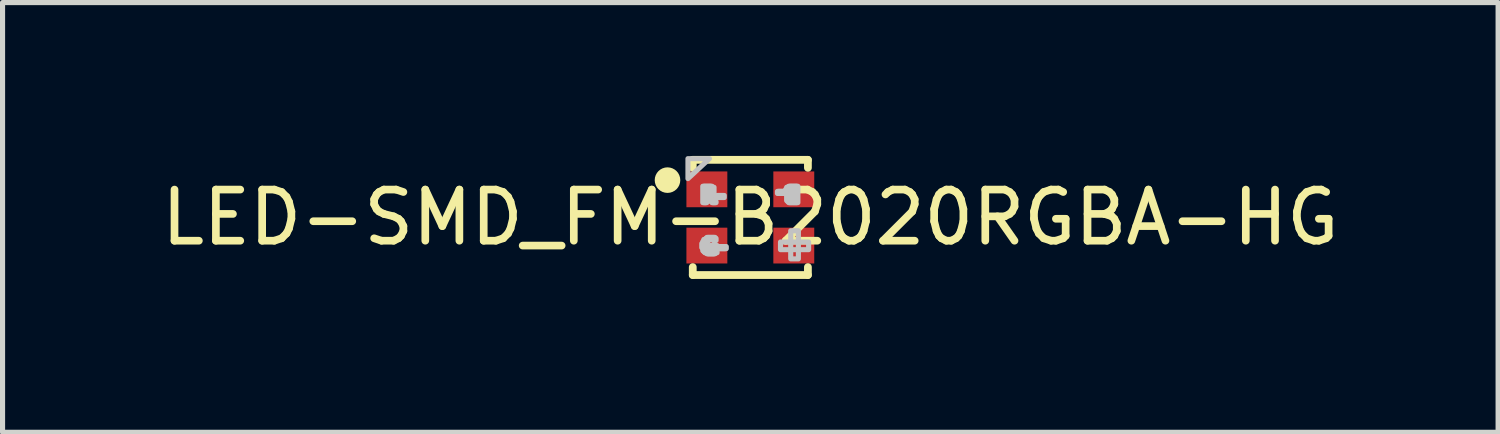
<source format=kicad_pcb>
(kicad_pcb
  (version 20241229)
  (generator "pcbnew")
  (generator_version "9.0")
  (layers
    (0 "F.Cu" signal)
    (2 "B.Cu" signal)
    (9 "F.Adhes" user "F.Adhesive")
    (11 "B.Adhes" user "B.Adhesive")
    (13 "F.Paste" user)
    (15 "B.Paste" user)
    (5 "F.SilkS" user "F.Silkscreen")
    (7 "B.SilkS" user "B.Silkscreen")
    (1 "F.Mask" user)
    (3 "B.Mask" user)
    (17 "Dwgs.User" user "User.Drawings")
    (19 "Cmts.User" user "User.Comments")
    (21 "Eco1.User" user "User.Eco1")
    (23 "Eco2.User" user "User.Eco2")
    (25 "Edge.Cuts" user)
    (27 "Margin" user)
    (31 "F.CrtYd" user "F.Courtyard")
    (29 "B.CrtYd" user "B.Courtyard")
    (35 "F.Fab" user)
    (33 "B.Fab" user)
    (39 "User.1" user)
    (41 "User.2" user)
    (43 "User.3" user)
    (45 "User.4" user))
  (footprint "LED-SMD_FM-B2020RGBA-HG"
    (layer "F.Cu")
    (at 11.625 1.203)
    (property "Reference" "LED-SMD_FM-B2020RGBA-HG" (at 0 0 0) (layer "F.SilkS") (effects (font (size 1 1) (thickness 0.15))))
    (fp_line (start -1.126 -1.127) (end 1.126 -1.127) (stroke (width 0.152) (type default)) (layer "F.SilkS"))
    (fp_line (start -1.126 -0.971) (end -1.126 -1.127) (stroke (width 0.152) (type default)) (layer "F.SilkS"))
    (fp_line (start -1.126 0.971) (end -1.126 1.126) (stroke (width 0.152) (type default)) (layer "F.SilkS"))
    (fp_line (start -1.126 1.126) (end 1.126 1.126) (stroke (width 0.152) (type default)) (layer "F.SilkS"))
    (fp_line (start 1.126 -1.127) (end 1.126 -0.971) (stroke (width 0.152) (type default)) (layer "F.SilkS"))
    (fp_line (start 1.126 1.126) (end 1.126 0.971) (stroke (width 0.152) (type default)) (layer "F.SilkS"))
    (fp_circle (center -1.62 -0.73) (end -1.495 -0.73) (stroke (width 0.25) (type default)) (fill no) (layer "F.SilkS"))
    (fp_poly (pts (xy -0.8 -1.15) (xy -1.22 -1.15) (xy -1.22 -0.76)) (stroke (width 0.1) (type default)) (fill no) (layer "Dwgs.User"))
    (fp_poly (pts (xy -0.95 0.51) (xy -0.93 0.51) (xy -0.93 0.59) (xy -0.95 0.59)) (stroke (width 0.1) (type default)) (fill no) (layer "Dwgs.User"))
    (fp_poly (pts (xy -0.93 -0.61) (xy -0.91 -0.61) (xy -0.91 -0.29) (xy -0.93 -0.29)) (stroke (width 0.1) (type default)) (fill no) (layer "Dwgs.User"))
    (fp_poly (pts (xy -0.93 0.47) (xy -0.91 0.47) (xy -0.91 0.65) (xy -0.93 0.65)) (stroke (width 0.1) (type default)) (fill no) (layer "Dwgs.User"))
    (fp_poly (pts (xy -0.91 -0.61) (xy -0.89 -0.61) (xy -0.89 -0.29) (xy -0.91 -0.29)) (stroke (width 0.1) (type default)) (fill no) (layer "Dwgs.User"))
    (fp_poly (pts (xy -0.91 0.43) (xy -0.89 0.43) (xy -0.89 0.67) (xy -0.91 0.67)) (stroke (width 0.1) (type default)) (fill no) (layer "Dwgs.User"))
    (fp_poly (pts (xy -0.89 -0.61) (xy -0.87 -0.61) (xy -0.87 -0.29) (xy -0.89 -0.29)) (stroke (width 0.1) (type default)) (fill no) (layer "Dwgs.User"))
    (fp_poly (pts (xy -0.89 0.43) (xy -0.87 0.43) (xy -0.87 0.69) (xy -0.89 0.69)) (stroke (width 0.1) (type default)) (fill no) (layer "Dwgs.User"))
    (fp_poly (pts (xy -0.87 -0.61) (xy -0.85 -0.61) (xy -0.85 -0.29) (xy -0.87 -0.29)) (stroke (width 0.1) (type default)) (fill no) (layer "Dwgs.User"))
    (fp_poly (pts (xy -0.87 0.41) (xy -0.85 0.41) (xy -0.85 0.49) (xy -0.87 0.49)) (stroke (width 0.1) (type default)) (fill no) (layer "Dwgs.User"))
    (fp_poly (pts (xy -0.87 0.61) (xy -0.85 0.61) (xy -0.85 0.69) (xy -0.87 0.69)) (stroke (width 0.1) (type default)) (fill no) (layer "Dwgs.User"))
    (fp_poly (pts (xy -0.85 -0.61) (xy -0.83 -0.61) (xy -0.83 -0.57) (xy -0.85 -0.57)) (stroke (width 0.1) (type default)) (fill no) (layer "Dwgs.User"))
    (fp_poly (pts (xy -0.85 -0.47) (xy -0.83 -0.47) (xy -0.83 -0.43) (xy -0.85 -0.43)) (stroke (width 0.1) (type default)) (fill no) (layer "Dwgs.User"))
    (fp_poly (pts (xy -0.85 0.39) (xy -0.83 0.39) (xy -0.83 0.47) (xy -0.85 0.47)) (stroke (width 0.1) (type default)) (fill no) (layer "Dwgs.User"))
    (fp_poly (pts (xy -0.85 0.65) (xy -0.83 0.65) (xy -0.83 0.71) (xy -0.85 0.71)) (stroke (width 0.1) (type default)) (fill no) (layer "Dwgs.User"))
    (fp_poly (pts (xy -0.83 -0.61) (xy -0.81 -0.61) (xy -0.81 -0.57) (xy -0.83 -0.57)) (stroke (width 0.1) (type default)) (fill no) (layer "Dwgs.User"))
    (fp_poly (pts (xy -0.83 -0.47) (xy -0.81 -0.47) (xy -0.81 -0.41) (xy -0.83 -0.41)) (stroke (width 0.1) (type default)) (fill no) (layer "Dwgs.User"))
    (fp_poly (pts (xy -0.83 0.39) (xy -0.81 0.39) (xy -0.81 0.45) (xy -0.83 0.45)) (stroke (width 0.1) (type default)) (fill no) (layer "Dwgs.User"))
    (fp_poly (pts (xy -0.83 0.65) (xy -0.81 0.65) (xy -0.81 0.71) (xy -0.83 0.71)) (stroke (width 0.1) (type default)) (fill no) (layer "Dwgs.User"))
    (fp_poly (pts (xy -0.81 -0.61) (xy -0.79 -0.61) (xy -0.79 -0.57) (xy -0.81 -0.57)) (stroke (width 0.1) (type default)) (fill no) (layer "Dwgs.User"))
    (fp_poly (pts (xy -0.81 -0.47) (xy -0.79 -0.47) (xy -0.79 -0.39) (xy -0.81 -0.39)) (stroke (width 0.1) (type default)) (fill no) (layer "Dwgs.User"))
    (fp_poly (pts (xy -0.81 0.39) (xy -0.79 0.39) (xy -0.79 0.43) (xy -0.81 0.43)) (stroke (width 0.1) (type default)) (fill no) (layer "Dwgs.User"))
    (fp_poly (pts (xy -0.81 0.67) (xy -0.79 0.67) (xy -0.79 0.71) (xy -0.81 0.71)) (stroke (width 0.1) (type default)) (fill no) (layer "Dwgs.User"))
    (fp_poly (pts (xy -0.79 -0.61) (xy -0.77 -0.61) (xy -0.77 -0.55) (xy -0.79 -0.55)) (stroke (width 0.1) (type default)) (fill no) (layer "Dwgs.User"))
    (fp_poly (pts (xy -0.79 -0.49) (xy -0.77 -0.49) (xy -0.77 -0.35) (xy -0.79 -0.35)) (stroke (width 0.1) (type default)) (fill no) (layer "Dwgs.User"))
    (fp_poly (pts (xy -0.79 0.39) (xy -0.77 0.39) (xy -0.77 0.43) (xy -0.79 0.43)) (stroke (width 0.1) (type default)) (fill no) (layer "Dwgs.User"))
    (fp_poly (pts (xy -0.79 0.55) (xy -0.77 0.55) (xy -0.77 0.59) (xy -0.79 0.59)) (stroke (width 0.1) (type default)) (fill no) (layer "Dwgs.User"))
    (fp_poly (pts (xy -0.79 0.67) (xy -0.77 0.67) (xy -0.77 0.71) (xy -0.79 0.71)) (stroke (width 0.1) (type default)) (fill no) (layer "Dwgs.User"))
    (fp_poly (pts (xy -0.77 -0.61) (xy -0.75 -0.61) (xy -0.75 -0.45) (xy -0.77 -0.45)) (stroke (width 0.1) (type default)) (fill no) (layer "Dwgs.User"))
    (fp_poly (pts (xy -0.77 -0.43) (xy -0.75 -0.43) (xy -0.75 -0.31) (xy -0.77 -0.31)) (stroke (width 0.1) (type default)) (fill no) (layer "Dwgs.User"))
    (fp_poly (pts (xy -0.77 0.39) (xy -0.75 0.39) (xy -0.75 0.43) (xy -0.77 0.43)) (stroke (width 0.1) (type default)) (fill no) (layer "Dwgs.User"))
    (fp_poly (pts (xy -0.77 0.55) (xy -0.75 0.55) (xy -0.75 0.59) (xy -0.77 0.59)) (stroke (width 0.1) (type default)) (fill no) (layer "Dwgs.User"))
    (fp_poly (pts (xy -0.77 0.67) (xy -0.75 0.67) (xy -0.75 0.71) (xy -0.77 0.71)) (stroke (width 0.1) (type default)) (fill no) (layer "Dwgs.User"))
    (fp_poly (pts (xy -0.75 -0.59) (xy -0.73 -0.59) (xy -0.73 -0.45) (xy -0.75 -0.45)) (stroke (width 0.1) (type default)) (fill no) (layer "Dwgs.User"))
    (fp_poly (pts (xy -0.75 -0.41) (xy -0.73 -0.41) (xy -0.73 -0.29) (xy -0.75 -0.29)) (stroke (width 0.1) (type default)) (fill no) (layer "Dwgs.User"))
    (fp_poly (pts (xy -0.75 0.39) (xy -0.73 0.39) (xy -0.73 0.43) (xy -0.75 0.43)) (stroke (width 0.1) (type default)) (fill no) (layer "Dwgs.User"))
    (fp_poly (pts (xy -0.75 0.55) (xy -0.73 0.55) (xy -0.73 0.59) (xy -0.75 0.59)) (stroke (width 0.1) (type default)) (fill no) (layer "Dwgs.User"))
    (fp_poly (pts (xy -0.75 0.67) (xy -0.73 0.67) (xy -0.73 0.71) (xy -0.75 0.71)) (stroke (width 0.1) (type default)) (fill no) (layer "Dwgs.User"))
    (fp_poly (pts (xy -0.73 -0.59) (xy -0.71 -0.59) (xy -0.71 -0.47) (xy -0.73 -0.47)) (stroke (width 0.1) (type default)) (fill no) (layer "Dwgs.User"))
    (fp_poly (pts (xy -0.73 -0.39) (xy -0.71 -0.39) (xy -0.71 -0.29) (xy -0.73 -0.29)) (stroke (width 0.1) (type default)) (fill no) (layer "Dwgs.User"))
    (fp_poly (pts (xy -0.73 0.39) (xy -0.71 0.39) (xy -0.71 0.45) (xy -0.73 0.45)) (stroke (width 0.1) (type default)) (fill no) (layer "Dwgs.User"))
    (fp_poly (pts (xy -0.73 0.55) (xy -0.71 0.55) (xy -0.71 0.71) (xy -0.73 0.71)) (stroke (width 0.1) (type default)) (fill no) (layer "Dwgs.User"))
    (fp_poly (pts (xy -0.71 -0.35) (xy -0.69 -0.35) (xy -0.69 -0.29) (xy -0.71 -0.29)) (stroke (width 0.1) (type default)) (fill no) (layer "Dwgs.User"))
    (fp_poly (pts (xy -0.71 0.39) (xy -0.69 0.39) (xy -0.69 0.45) (xy -0.71 0.45)) (stroke (width 0.1) (type default)) (fill no) (layer "Dwgs.User"))
    (fp_poly (pts (xy -0.71 0.55) (xy -0.69 0.55) (xy -0.69 0.71) (xy -0.71 0.71)) (stroke (width 0.1) (type default)) (fill no) (layer "Dwgs.User"))
    (fp_poly (pts (xy -0.69 -0.31) (xy -0.67 -0.31) (xy -0.67 -0.29) (xy -0.69 -0.29)) (stroke (width 0.1) (type default)) (fill no) (layer "Dwgs.User"))
    (fp_poly (pts (xy -0.69 0.41) (xy -0.67 0.41) (xy -0.67 0.45) (xy -0.69 0.45)) (stroke (width 0.1) (type default)) (fill no) (layer "Dwgs.User"))
    (fp_poly (pts (xy -0.69 0.55) (xy -0.67 0.55) (xy -0.67 0.69) (xy -0.69 0.69)) (stroke (width 0.1) (type default)) (fill no) (layer "Dwgs.User"))
    (fp_poly (pts (xy -0.67 0.55) (xy -0.65 0.55) (xy -0.65 0.69) (xy -0.67 0.69)) (stroke (width 0.1) (type default)) (fill no) (layer "Dwgs.User"))
    (fp_poly (pts (xy -0.65 -0.43) (xy -0.63 -0.43) (xy -0.63 -0.39) (xy -0.65 -0.39)) (stroke (width 0.1) (type default)) (fill no) (layer "Dwgs.User"))
    (fp_poly (pts (xy -0.63 -0.43) (xy -0.61 -0.43) (xy -0.61 -0.39) (xy -0.63 -0.39)) (stroke (width 0.1) (type default)) (fill no) (layer "Dwgs.User"))
    (fp_poly (pts (xy -0.61 -0.43) (xy -0.59 -0.43) (xy -0.59 -0.39) (xy -0.61 -0.39)) (stroke (width 0.1) (type default)) (fill no) (layer "Dwgs.User"))
    (fp_poly (pts (xy -0.61 0.57) (xy -0.59 0.57) (xy -0.59 0.61) (xy -0.61 0.61)) (stroke (width 0.1) (type default)) (fill no) (layer "Dwgs.User"))
    (fp_poly (pts (xy -0.59 -0.43) (xy -0.57 -0.43) (xy -0.57 -0.39) (xy -0.59 -0.39)) (stroke (width 0.1) (type default)) (fill no) (layer "Dwgs.User"))
    (fp_poly (pts (xy -0.59 0.57) (xy -0.57 0.57) (xy -0.57 0.61) (xy -0.59 0.61)) (stroke (width 0.1) (type default)) (fill no) (layer "Dwgs.User"))
    (fp_poly (pts (xy -0.57 -0.43) (xy -0.55 -0.43) (xy -0.55 -0.39) (xy -0.57 -0.39)) (stroke (width 0.1) (type default)) (fill no) (layer "Dwgs.User"))
    (fp_poly (pts (xy -0.57 0.57) (xy -0.55 0.57) (xy -0.55 0.61) (xy -0.57 0.61)) (stroke (width 0.1) (type default)) (fill no) (layer "Dwgs.User"))
    (fp_poly (pts (xy -0.55 -0.43) (xy -0.53 -0.43) (xy -0.53 -0.39) (xy -0.55 -0.39)) (stroke (width 0.1) (type default)) (fill no) (layer "Dwgs.User"))
    (fp_poly (pts (xy -0.55 0.57) (xy -0.53 0.57) (xy -0.53 0.61) (xy -0.55 0.61)) (stroke (width 0.1) (type default)) (fill no) (layer "Dwgs.User"))
    (fp_poly (pts (xy -0.53 -0.43) (xy -0.51 -0.43) (xy -0.51 -0.39) (xy -0.53 -0.39)) (stroke (width 0.1) (type default)) (fill no) (layer "Dwgs.User"))
    (fp_poly (pts (xy -0.53 0.57) (xy -0.51 0.57) (xy -0.51 0.61) (xy -0.53 0.61)) (stroke (width 0.1) (type default)) (fill no) (layer "Dwgs.User"))
    (fp_poly (pts (xy -0.51 0.57) (xy -0.49 0.57) (xy -0.49 0.61) (xy -0.51 0.61)) (stroke (width 0.1) (type default)) (fill no) (layer "Dwgs.User"))
    (fp_poly (pts (xy -0.49 0.57) (xy -0.47 0.57) (xy -0.47 0.61) (xy -0.49 0.61)) (stroke (width 0.1) (type default)) (fill no) (layer "Dwgs.User"))
    (fp_poly (pts (xy 0.53 -0.51) (xy 0.55 -0.51) (xy 0.55 -0.47) (xy 0.53 -0.47)) (stroke (width 0.1) (type default)) (fill no) (layer "Dwgs.User"))
    (fp_poly (pts (xy 0.55 -0.51) (xy 0.57 -0.51) (xy 0.57 -0.47) (xy 0.55 -0.47)) (stroke (width 0.1) (type default)) (fill no) (layer "Dwgs.User"))
    (fp_poly (pts (xy 0.57 -0.51) (xy 0.59 -0.51) (xy 0.59 -0.47) (xy 0.57 -0.47)) (stroke (width 0.1) (type default)) (fill no) (layer "Dwgs.User"))
    (fp_poly (pts (xy 0.59 -0.51) (xy 0.61 -0.51) (xy 0.61 -0.47) (xy 0.59 -0.47)) (stroke (width 0.1) (type default)) (fill no) (layer "Dwgs.User"))
    (fp_poly (pts (xy 0.61 -0.51) (xy 0.63 -0.51) (xy 0.63 -0.47) (xy 0.61 -0.47)) (stroke (width 0.1) (type default)) (fill no) (layer "Dwgs.User"))
    (fp_poly (pts (xy 0.63 -0.51) (xy 0.65 -0.51) (xy 0.65 -0.47) (xy 0.63 -0.47)) (stroke (width 0.1) (type default)) (fill no) (layer "Dwgs.User"))
    (fp_poly (pts (xy 0.65 -0.51) (xy 0.67 -0.51) (xy 0.67 -0.47) (xy 0.65 -0.47)) (stroke (width 0.1) (type default)) (fill no) (layer "Dwgs.User"))
    (fp_poly (pts (xy 0.69 -0.55) (xy 0.71 -0.55) (xy 0.71 -0.49) (xy 0.69 -0.49)) (stroke (width 0.1) (type default)) (fill no) (layer "Dwgs.User"))
    (fp_poly (pts (xy 0.71 -0.59) (xy 0.73 -0.59) (xy 0.73 -0.47) (xy 0.71 -0.47)) (stroke (width 0.1) (type default)) (fill no) (layer "Dwgs.User"))
    (fp_poly (pts (xy 0.71 -0.41) (xy 0.73 -0.41) (xy 0.73 -0.33) (xy 0.71 -0.33)) (stroke (width 0.1) (type default)) (fill no) (layer "Dwgs.User"))
    (fp_poly (pts (xy 0.73 -0.59) (xy 0.75 -0.59) (xy 0.75 -0.45) (xy 0.73 -0.45)) (stroke (width 0.1) (type default)) (fill no) (layer "Dwgs.User"))
    (fp_poly (pts (xy 0.73 -0.43) (xy 0.75 -0.43) (xy 0.75 -0.31) (xy 0.73 -0.31)) (stroke (width 0.1) (type default)) (fill no) (layer "Dwgs.User"))
    (fp_poly (pts (xy 0.75 -0.61) (xy 0.77 -0.61) (xy 0.77 -0.29) (xy 0.75 -0.29)) (stroke (width 0.1) (type default)) (fill no) (layer "Dwgs.User"))
    (fp_poly (pts (xy 0.77 -0.61) (xy 0.79 -0.61) (xy 0.79 -0.55) (xy 0.77 -0.55)) (stroke (width 0.1) (type default)) (fill no) (layer "Dwgs.User"))
    (fp_poly (pts (xy 0.77 -0.49) (xy 0.79 -0.49) (xy 0.79 -0.29) (xy 0.77 -0.29)) (stroke (width 0.1) (type default)) (fill no) (layer "Dwgs.User"))
    (fp_poly (pts (xy 0.79 -0.61) (xy 0.81 -0.61) (xy 0.81 -0.57) (xy 0.79 -0.57)) (stroke (width 0.1) (type default)) (fill no) (layer "Dwgs.User"))
    (fp_poly (pts (xy 0.79 -0.47) (xy 0.81 -0.47) (xy 0.81 -0.41) (xy 0.79 -0.41)) (stroke (width 0.1) (type default)) (fill no) (layer "Dwgs.User"))
    (fp_poly (pts (xy 0.79 -0.33) (xy 0.81 -0.33) (xy 0.81 -0.29) (xy 0.79 -0.29)) (stroke (width 0.1) (type default)) (fill no) (layer "Dwgs.User"))
    (fp_poly (pts (xy 0.81 -0.61) (xy 0.83 -0.61) (xy 0.83 -0.57) (xy 0.81 -0.57)) (stroke (width 0.1) (type default)) (fill no) (layer "Dwgs.User"))
    (fp_poly (pts (xy 0.81 -0.47) (xy 0.83 -0.47) (xy 0.83 -0.43) (xy 0.81 -0.43)) (stroke (width 0.1) (type default)) (fill no) (layer "Dwgs.User"))
    (fp_poly (pts (xy 0.81 -0.33) (xy 0.83 -0.33) (xy 0.83 -0.29) (xy 0.81 -0.29)) (stroke (width 0.1) (type default)) (fill no) (layer "Dwgs.User"))
    (fp_poly (pts (xy 0.83 -0.61) (xy 0.85 -0.61) (xy 0.85 -0.57) (xy 0.83 -0.57)) (stroke (width 0.1) (type default)) (fill no) (layer "Dwgs.User"))
    (fp_poly (pts (xy 0.83 -0.47) (xy 0.85 -0.47) (xy 0.85 -0.43) (xy 0.83 -0.43)) (stroke (width 0.1) (type default)) (fill no) (layer "Dwgs.User"))
    (fp_poly (pts (xy 0.83 -0.33) (xy 0.85 -0.33) (xy 0.85 -0.29) (xy 0.83 -0.29)) (stroke (width 0.1) (type default)) (fill no) (layer "Dwgs.User"))
    (fp_poly (pts (xy 0.85 -0.61) (xy 0.87 -0.61) (xy 0.87 -0.29) (xy 0.85 -0.29)) (stroke (width 0.1) (type default)) (fill no) (layer "Dwgs.User"))
    (fp_poly (pts (xy 0.87 -0.61) (xy 0.89 -0.61) (xy 0.89 -0.29) (xy 0.87 -0.29)) (stroke (width 0.1) (type default)) (fill no) (layer "Dwgs.User"))
    (fp_poly (pts (xy 0.89 -0.61) (xy 0.91 -0.61) (xy 0.91 -0.29) (xy 0.89 -0.29)) (stroke (width 0.1) (type default)) (fill no) (layer "Dwgs.User"))
    (fp_poly (pts (xy 0.91 -0.61) (xy 0.93 -0.61) (xy 0.93 -0.29) (xy 0.91 -0.29)) (stroke (width 0.1) (type default)) (fill no) (layer "Dwgs.User"))
    (fp_poly (pts (xy 0.59 0.48) (xy 1.14 0.48) (xy 1.14 0.63) (xy 0.59 0.63) (xy 0.59 0.62)) (stroke (width 0.1) (type default)) (fill no) (layer "Dwgs.User"))
    (fp_poly (pts (xy 0.79 0.81) (xy 0.79 0.26) (xy 0.94 0.26) (xy 0.94 0.81) (xy 0.93 0.81)) (stroke (width 0.1) (type default)) (fill no) (layer "Dwgs.User"))
    (fp_poly (pts (xy -1.05 -0.3) (xy -1.05 -0.8) (xy -0.55 -0.8) (xy -0.55 -0.3)) (stroke (width 0.1) (type default)) (fill no) (layer "User.1"))
    (fp_poly (pts (xy -1.05 0.8) (xy -1.05 0.3) (xy -0.55 0.3) (xy -0.55 0.8)) (stroke (width 0.1) (type default)) (fill no) (layer "User.1"))
    (fp_poly (pts (xy 0.55 -0.3) (xy 0.55 -0.8) (xy 1.05 -0.8) (xy 1.05 -0.3)) (stroke (width 0.1) (type default)) (fill no) (layer "User.1"))
    (fp_poly (pts (xy 0.55 0.8) (xy 0.55 0.3) (xy 1.05 0.3) (xy 1.05 0.8)) (stroke (width 0.1) (type default)) (fill no) (layer "User.1"))
    (fp_line (start -1.05 -1.05) (end 1.05 -1.05) (stroke (width 0.051) (type default)) (layer "User.2"))
    (fp_line (start -1.05 1.05) (end -1.05 -1.05) (stroke (width 0.051) (type default)) (layer "User.2"))
    (fp_line (start 1.05 -1.05) (end 1.05 1.05) (stroke (width 0.051) (type default)) (layer "User.2"))
    (fp_line (start 1.05 1.05) (end -1.05 1.05) (stroke (width 0.051) (type default)) (layer "User.2"))
    (fp_poly (pts (xy -0.99 -1.05) (xy -1.008 -1.092) (xy -1.05 -1.11) (xy -1.092 -1.092) (xy -1.11 -1.05) (xy -1.092 -1.008) (xy -1.05 -0.99) (xy -1.008 -1.008)) (stroke (width 0.1) (type default)) (fill no) (layer "User.3"))
    (pad "1" smd rect (at -0.85 -0.55 270) (size 0.7 0.8) (layers "F.Cu" "F.Mask" "F.Paste"))
    (pad "2" smd rect (at 0.85 -0.55 270) (size 0.7 0.8) (layers "F.Cu" "F.Mask" "F.Paste"))
    (pad "3" smd rect (at 0.85 0.55 270) (size 0.7 0.8) (layers "F.Cu" "F.Mask" "F.Paste"))
    (pad "4" smd rect (at -0.85 0.55 270) (size 0.7 0.8) (layers "F.Cu" "F.Mask" "F.Paste")))
  (gr_rect
    (start -3 -3)
    (end 26.25 5.405)
    (stroke (width 0.1) (type default))
    (fill no)
    (layer "Edge.Cuts")))
</source>
